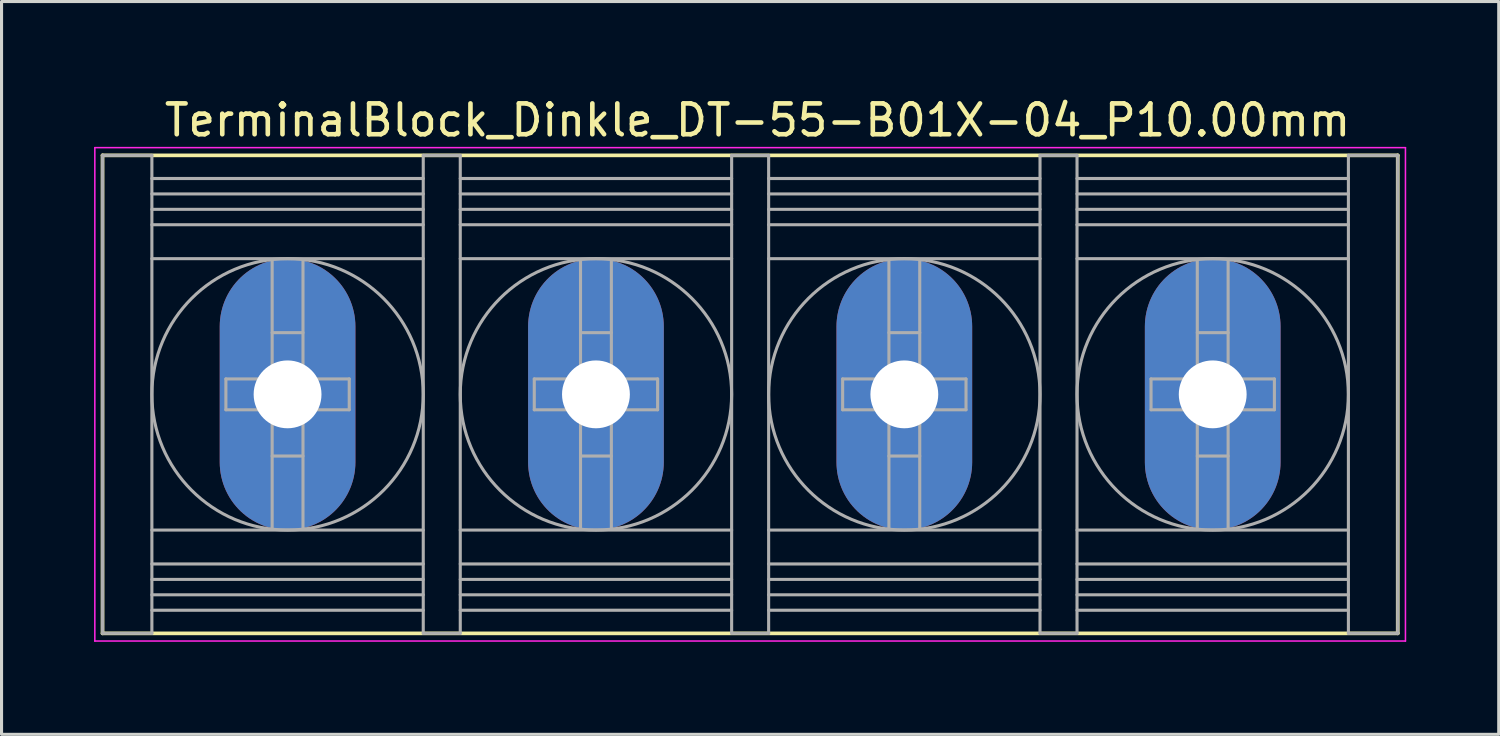
<source format=kicad_pcb>
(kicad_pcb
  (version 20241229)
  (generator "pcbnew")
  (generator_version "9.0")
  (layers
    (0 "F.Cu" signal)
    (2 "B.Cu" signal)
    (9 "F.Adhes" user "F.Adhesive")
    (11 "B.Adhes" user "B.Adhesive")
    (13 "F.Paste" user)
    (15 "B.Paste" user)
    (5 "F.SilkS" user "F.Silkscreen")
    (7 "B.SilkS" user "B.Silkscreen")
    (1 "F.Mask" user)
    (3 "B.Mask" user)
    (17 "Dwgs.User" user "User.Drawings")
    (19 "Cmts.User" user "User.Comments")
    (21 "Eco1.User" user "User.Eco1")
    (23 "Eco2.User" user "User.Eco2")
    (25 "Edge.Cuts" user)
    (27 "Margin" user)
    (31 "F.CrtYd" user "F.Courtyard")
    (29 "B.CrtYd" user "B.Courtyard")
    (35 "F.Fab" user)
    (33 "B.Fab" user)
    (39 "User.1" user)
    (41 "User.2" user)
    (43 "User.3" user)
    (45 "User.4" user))
  (footprint "TerminalBlock_Dinkle_DT-55-B01X-04_P10.00mm"
    (layer "F.Cu")
    (at 6.275 9.738)
    (property "Reference" "TerminalBlock_Dinkle_DT-55-B01X-04_P10.00mm" (at 15.24 -8.89 0) (layer "F.SilkS") (effects (font (size 1 1) (thickness 0.15))))
    (attr through_hole)
    (fp_line (start -6 -7.75) (end 36 -7.75) (stroke (width 0.12) (type solid)) (layer "F.SilkS"))
    (fp_line (start -6 7.75) (end -6 -7.75) (stroke (width 0.12) (type solid)) (layer "F.SilkS"))
    (fp_line (start 36 -7.75) (end 36 7.75) (stroke (width 0.12) (type solid)) (layer "F.SilkS"))
    (fp_line (start 36 7.75) (end -6 7.75) (stroke (width 0.12) (type solid)) (layer "F.SilkS"))
    (fp_line (start -6.25 -8) (end 36.25 -8) (stroke (width 0.05) (type solid)) (layer "F.CrtYd"))
    (fp_line (start -6.25 8) (end -6.25 -8) (stroke (width 0.05) (type solid)) (layer "F.CrtYd"))
    (fp_line (start 36.25 -8) (end 36.25 8) (stroke (width 0.05) (type solid)) (layer "F.CrtYd"))
    (fp_line (start 36.25 8) (end -6.25 8) (stroke (width 0.05) (type solid)) (layer "F.CrtYd"))
    (fp_line (start -6 -7.75) (end -6 7.75) (stroke (width 0.1) (type solid)) (layer "F.Fab"))
    (fp_line (start -6 -7.75) (end -4.4 -7.75) (stroke (width 0.1) (type solid)) (layer "F.Fab"))
    (fp_line (start -6 7.75) (end -4.4 7.75) (stroke (width 0.1) (type solid)) (layer "F.Fab"))
    (fp_line (start -4.4 -7.75) (end -4.4 7.75) (stroke (width 0.1) (type solid)) (layer "F.Fab"))
    (fp_line (start -4.4 -7) (end 4.4 -7) (stroke (width 0.1) (type solid)) (layer "F.Fab"))
    (fp_line (start -4.4 -6.5) (end 4.4 -6.5) (stroke (width 0.1) (type solid)) (layer "F.Fab"))
    (fp_line (start -4.4 -6) (end 4.4 -6) (stroke (width 0.1) (type solid)) (layer "F.Fab"))
    (fp_line (start -4.4 -5.5) (end 4.4 -5.5) (stroke (width 0.1) (type solid)) (layer "F.Fab"))
    (fp_line (start -4.4 -4.4) (end 4.4 -4.4) (stroke (width 0.1) (type solid)) (layer "F.Fab"))
    (fp_line (start -4.4 4.4) (end 4.4 4.4) (stroke (width 0.1) (type solid)) (layer "F.Fab"))
    (fp_line (start -4.4 5.5) (end 4.4 5.5) (stroke (width 0.1) (type solid)) (layer "F.Fab"))
    (fp_line (start -4.4 6) (end 4.4 6) (stroke (width 0.1) (type solid)) (layer "F.Fab"))
    (fp_line (start -4.4 6.5) (end 4.4 6.5) (stroke (width 0.1) (type solid)) (layer "F.Fab"))
    (fp_line (start -4.4 7) (end 4.4 7) (stroke (width 0.1) (type solid)) (layer "F.Fab"))
    (fp_line (start -2 -0.5) (end -2 0.5) (stroke (width 0.1) (type solid)) (layer "F.Fab"))
    (fp_line (start -2 0.5) (end -0.5 0.5) (stroke (width 0.1) (type solid)) (layer "F.Fab"))
    (fp_line (start -0.5 -4.35) (end -0.5 -0.5) (stroke (width 0.1) (type solid)) (layer "F.Fab"))
    (fp_line (start -0.5 -2) (end 0.5 -2) (stroke (width 0.1) (type solid)) (layer "F.Fab"))
    (fp_line (start -0.5 -0.5) (end -2 -0.5) (stroke (width 0.1) (type solid)) (layer "F.Fab"))
    (fp_line (start -0.5 0.5) (end -0.5 4.35) (stroke (width 0.1) (type solid)) (layer "F.Fab"))
    (fp_line (start -0.5 2) (end 0.5 2) (stroke (width 0.1) (type solid)) (layer "F.Fab"))
    (fp_line (start 0.5 -4.35) (end 0.5 -0.5) (stroke (width 0.1) (type solid)) (layer "F.Fab"))
    (fp_line (start 0.5 -0.5) (end 2 -0.5) (stroke (width 0.1) (type solid)) (layer "F.Fab"))
    (fp_line (start 0.5 0.5) (end 0.5 4.35) (stroke (width 0.1) (type solid)) (layer "F.Fab"))
    (fp_line (start 2 -0.5) (end 2 0.5) (stroke (width 0.1) (type solid)) (layer "F.Fab"))
    (fp_line (start 2 0.5) (end 0.5 0.5) (stroke (width 0.1) (type solid)) (layer "F.Fab"))
    (fp_line (start 4.4 -7.75) (end 4.4 7.75) (stroke (width 0.1) (type solid)) (layer "F.Fab"))
    (fp_line (start 4.4 -7.75) (end 5.6 -7.75) (stroke (width 0.1) (type solid)) (layer "F.Fab"))
    (fp_line (start 4.4 7.75) (end 5.6 7.75) (stroke (width 0.1) (type solid)) (layer "F.Fab"))
    (fp_line (start 5.6 -7.75) (end 5.6 7.75) (stroke (width 0.1) (type solid)) (layer "F.Fab"))
    (fp_line (start 5.6 -7) (end 14.4 -7) (stroke (width 0.1) (type solid)) (layer "F.Fab"))
    (fp_line (start 5.6 -6.5) (end 14.4 -6.5) (stroke (width 0.1) (type solid)) (layer "F.Fab"))
    (fp_line (start 5.6 -6) (end 14.4 -6) (stroke (width 0.1) (type solid)) (layer "F.Fab"))
    (fp_line (start 5.6 -5.5) (end 14.4 -5.5) (stroke (width 0.1) (type solid)) (layer "F.Fab"))
    (fp_line (start 5.6 -4.4) (end 14.4 -4.4) (stroke (width 0.1) (type solid)) (layer "F.Fab"))
    (fp_line (start 5.6 4.4) (end 14.4 4.4) (stroke (width 0.1) (type solid)) (layer "F.Fab"))
    (fp_line (start 5.6 5.5) (end 14.4 5.5) (stroke (width 0.1) (type solid)) (layer "F.Fab"))
    (fp_line (start 5.6 6) (end 14.4 6) (stroke (width 0.1) (type solid)) (layer "F.Fab"))
    (fp_line (start 5.6 6.5) (end 14.4 6.5) (stroke (width 0.1) (type solid)) (layer "F.Fab"))
    (fp_line (start 5.6 7) (end 14.4 7) (stroke (width 0.1) (type solid)) (layer "F.Fab"))
    (fp_line (start 8 -0.5) (end 8 0.5) (stroke (width 0.1) (type solid)) (layer "F.Fab"))
    (fp_line (start 8 0.5) (end 9.5 0.5) (stroke (width 0.1) (type solid)) (layer "F.Fab"))
    (fp_line (start 9.5 -4.35) (end 9.5 -0.5) (stroke (width 0.1) (type solid)) (layer "F.Fab"))
    (fp_line (start 9.5 -2) (end 10.5 -2) (stroke (width 0.1) (type solid)) (layer "F.Fab"))
    (fp_line (start 9.5 -0.5) (end 8 -0.5) (stroke (width 0.1) (type solid)) (layer "F.Fab"))
    (fp_line (start 9.5 0.5) (end 9.5 4.35) (stroke (width 0.1) (type solid)) (layer "F.Fab"))
    (fp_line (start 9.5 2) (end 10.5 2) (stroke (width 0.1) (type solid)) (layer "F.Fab"))
    (fp_line (start 10.5 -4.35) (end 10.5 -0.5) (stroke (width 0.1) (type solid)) (layer "F.Fab"))
    (fp_line (start 10.5 -0.5) (end 12 -0.5) (stroke (width 0.1) (type solid)) (layer "F.Fab"))
    (fp_line (start 10.5 0.5) (end 10.5 4.35) (stroke (width 0.1) (type solid)) (layer "F.Fab"))
    (fp_line (start 12 -0.5) (end 12 0.5) (stroke (width 0.1) (type solid)) (layer "F.Fab"))
    (fp_line (start 12 0.5) (end 10.5 0.5) (stroke (width 0.1) (type solid)) (layer "F.Fab"))
    (fp_line (start 14.4 -7.75) (end 14.4 7.75) (stroke (width 0.1) (type solid)) (layer "F.Fab"))
    (fp_line (start 14.4 -7.75) (end 15.6 -7.75) (stroke (width 0.1) (type solid)) (layer "F.Fab"))
    (fp_line (start 14.4 7.75) (end 15.6 7.75) (stroke (width 0.1) (type solid)) (layer "F.Fab"))
    (fp_line (start 15.6 -7) (end 24.4 -7) (stroke (width 0.1) (type solid)) (layer "F.Fab"))
    (fp_line (start 15.6 -6.5) (end 24.4 -6.5) (stroke (width 0.1) (type solid)) (layer "F.Fab"))
    (fp_line (start 15.6 -6) (end 24.4 -6) (stroke (width 0.1) (type solid)) (layer "F.Fab"))
    (fp_line (start 15.6 -5.5) (end 24.4 -5.5) (stroke (width 0.1) (type solid)) (layer "F.Fab"))
    (fp_line (start 15.6 -4.4) (end 24.4 -4.4) (stroke (width 0.1) (type solid)) (layer "F.Fab"))
    (fp_line (start 15.6 -7.75) (end 15.6 7.75) (stroke (width 0.1) (type solid)) (layer "F.Fab"))
    (fp_line (start 15.6 4.4) (end 24.4 4.4) (stroke (width 0.1) (type solid)) (layer "F.Fab"))
    (fp_line (start 15.6 5.5) (end 24.4 5.5) (stroke (width 0.1) (type solid)) (layer "F.Fab"))
    (fp_line (start 15.6 6) (end 24.4 6) (stroke (width 0.1) (type solid)) (layer "F.Fab"))
    (fp_line (start 15.6 6.5) (end 24.4 6.5) (stroke (width 0.1) (type solid)) (layer "F.Fab"))
    (fp_line (start 15.6 7) (end 24.4 7) (stroke (width 0.1) (type solid)) (layer "F.Fab"))
    (fp_line (start 18 -0.5) (end 18 0.5) (stroke (width 0.1) (type solid)) (layer "F.Fab"))
    (fp_line (start 18 0.5) (end 19.5 0.5) (stroke (width 0.1) (type solid)) (layer "F.Fab"))
    (fp_line (start 19.5 -4.35) (end 19.5 -0.5) (stroke (width 0.1) (type solid)) (layer "F.Fab"))
    (fp_line (start 19.5 -2) (end 20.5 -2) (stroke (width 0.1) (type solid)) (layer "F.Fab"))
    (fp_line (start 19.5 -0.5) (end 18 -0.5) (stroke (width 0.1) (type solid)) (layer "F.Fab"))
    (fp_line (start 19.5 0.5) (end 19.5 4.35) (stroke (width 0.1) (type solid)) (layer "F.Fab"))
    (fp_line (start 19.5 2) (end 20.5 2) (stroke (width 0.1) (type solid)) (layer "F.Fab"))
    (fp_line (start 20.5 -4.35) (end 20.5 -0.5) (stroke (width 0.1) (type solid)) (layer "F.Fab"))
    (fp_line (start 20.5 -0.5) (end 22 -0.5) (stroke (width 0.1) (type solid)) (layer "F.Fab"))
    (fp_line (start 20.5 0.5) (end 20.5 4.35) (stroke (width 0.1) (type solid)) (layer "F.Fab"))
    (fp_line (start 22 -0.5) (end 22 0.5) (stroke (width 0.1) (type solid)) (layer "F.Fab"))
    (fp_line (start 22 0.5) (end 20.5 0.5) (stroke (width 0.1) (type solid)) (layer "F.Fab"))
    (fp_line (start 24.4 -7.75) (end 24.4 7.75) (stroke (width 0.1) (type solid)) (layer "F.Fab"))
    (fp_line (start 24.4 -7.75) (end 25.6 -7.75) (stroke (width 0.1) (type solid)) (layer "F.Fab"))
    (fp_line (start 24.4 7.75) (end 25.6 7.75) (stroke (width 0.1) (type solid)) (layer "F.Fab"))
    (fp_line (start 25.6 -7) (end 34.4 -7) (stroke (width 0.1) (type solid)) (layer "F.Fab"))
    (fp_line (start 25.6 -6.5) (end 34.4 -6.5) (stroke (width 0.1) (type solid)) (layer "F.Fab"))
    (fp_line (start 25.6 -6) (end 34.4 -6) (stroke (width 0.1) (type solid)) (layer "F.Fab"))
    (fp_line (start 25.6 -5.5) (end 34.4 -5.5) (stroke (width 0.1) (type solid)) (layer "F.Fab"))
    (fp_line (start 25.6 -4.4) (end 34.4 -4.4) (stroke (width 0.1) (type solid)) (layer "F.Fab"))
    (fp_line (start 25.6 -7.75) (end 25.6 7.75) (stroke (width 0.1) (type solid)) (layer "F.Fab"))
    (fp_line (start 25.6 4.4) (end 34.4 4.4) (stroke (width 0.1) (type solid)) (layer "F.Fab"))
    (fp_line (start 25.6 5.5) (end 34.4 5.5) (stroke (width 0.1) (type solid)) (layer "F.Fab"))
    (fp_line (start 25.6 6) (end 34.4 6) (stroke (width 0.1) (type solid)) (layer "F.Fab"))
    (fp_line (start 25.6 6.5) (end 34.4 6.5) (stroke (width 0.1) (type solid)) (layer "F.Fab"))
    (fp_line (start 25.6 7) (end 34.4 7) (stroke (width 0.1) (type solid)) (layer "F.Fab"))
    (fp_line (start 28 -0.5) (end 28 0.5) (stroke (width 0.1) (type solid)) (layer "F.Fab"))
    (fp_line (start 28 0.5) (end 29.5 0.5) (stroke (width 0.1) (type solid)) (layer "F.Fab"))
    (fp_line (start 29.5 -4.35) (end 29.5 -0.5) (stroke (width 0.1) (type solid)) (layer "F.Fab"))
    (fp_line (start 29.5 -2) (end 30.5 -2) (stroke (width 0.1) (type solid)) (layer "F.Fab"))
    (fp_line (start 29.5 -0.5) (end 28 -0.5) (stroke (width 0.1) (type solid)) (layer "F.Fab"))
    (fp_line (start 29.5 0.5) (end 29.5 4.35) (stroke (width 0.1) (type solid)) (layer "F.Fab"))
    (fp_line (start 29.5 2) (end 30.5 2) (stroke (width 0.1) (type solid)) (layer "F.Fab"))
    (fp_line (start 30.5 -4.35) (end 30.5 -0.5) (stroke (width 0.1) (type solid)) (layer "F.Fab"))
    (fp_line (start 30.5 -0.5) (end 32 -0.5) (stroke (width 0.1) (type solid)) (layer "F.Fab"))
    (fp_line (start 30.5 0.5) (end 30.5 4.35) (stroke (width 0.1) (type solid)) (layer "F.Fab"))
    (fp_line (start 32 -0.5) (end 32 0.5) (stroke (width 0.1) (type solid)) (layer "F.Fab"))
    (fp_line (start 32 0.5) (end 30.5 0.5) (stroke (width 0.1) (type solid)) (layer "F.Fab"))
    (fp_line (start 34.4 -7.75) (end 34.4 7.75) (stroke (width 0.1) (type solid)) (layer "F.Fab"))
    (fp_line (start 34.4 -7.75) (end 36 -7.75) (stroke (width 0.1) (type solid)) (layer "F.Fab"))
    (fp_line (start 34.4 7.75) (end 36 7.75) (stroke (width 0.1) (type solid)) (layer "F.Fab"))
    (fp_line (start 36 -7.75) (end 36 7.75) (stroke (width 0.1) (type solid)) (layer "F.Fab"))
    (fp_circle (center 0 0) (end 0.5 0.5) (stroke (width 0.1) (type solid)) (fill no) (layer "F.Fab"))
    (fp_circle (center 0 0) (end 4.4 0) (stroke (width 0.1) (type solid)) (fill no) (layer "F.Fab"))
    (fp_circle (center 10 0) (end 10.5 0.5) (stroke (width 0.1) (type solid)) (fill no) (layer "F.Fab"))
    (fp_circle (center 10 0) (end 14.4 0) (stroke (width 0.1) (type solid)) (fill no) (layer "F.Fab"))
    (fp_circle (center 20 0) (end 20.5 0.5) (stroke (width 0.1) (type solid)) (fill no) (layer "F.Fab"))
    (fp_circle (center 20 0) (end 24.4 0) (stroke (width 0.1) (type solid)) (fill no) (layer "F.Fab"))
    (fp_circle (center 30 0) (end 30.5 0.5) (stroke (width 0.1) (type solid)) (fill no) (layer "F.Fab"))
    (fp_circle (center 30 0) (end 34.4 0) (stroke (width 0.1) (type solid)) (fill no) (layer "F.Fab"))
    (pad "1" thru_hole oval (at 0 0) (size 4.4 8.8) (drill 2.2) (layers "*.Cu" "*.Mask"))
    (pad "2" thru_hole oval (at 10 0) (size 4.4 8.8) (drill 2.2) (layers "*.Cu" "*.Mask"))
    (pad "3" thru_hole oval (at 20 0) (size 4.4 8.8) (drill 2.2) (layers "*.Cu" "*.Mask"))
    (pad "4" thru_hole oval (at 30 0) (size 4.4 8.8) (drill 2.2) (layers "*.Cu" "*.Mask")))
  (gr_rect
    (start -3 -3)
    (end 45.55 20.763)
    (stroke (width 0.1) (type default))
    (fill no)
    (layer "Edge.Cuts")))
</source>
